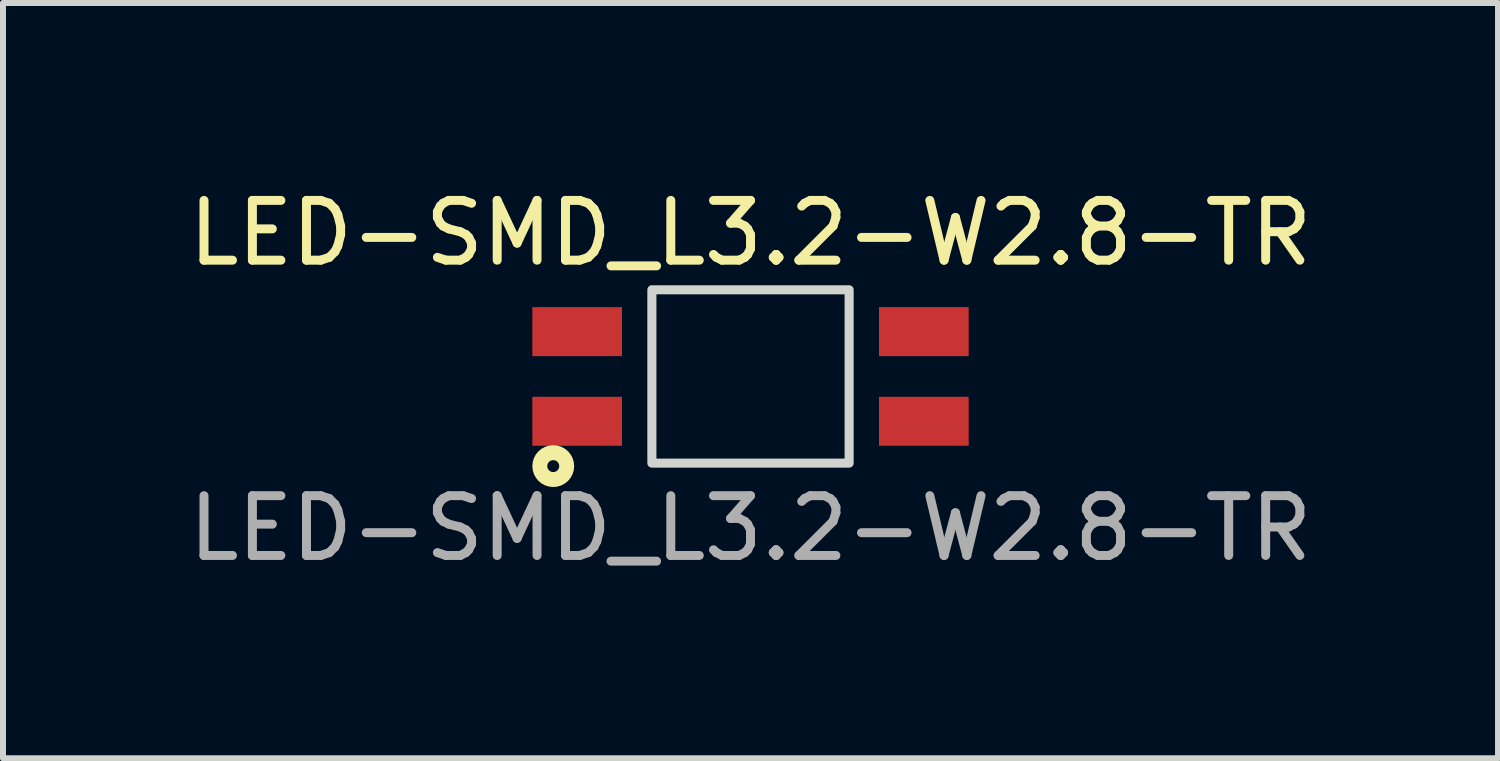
<source format=kicad_pcb>
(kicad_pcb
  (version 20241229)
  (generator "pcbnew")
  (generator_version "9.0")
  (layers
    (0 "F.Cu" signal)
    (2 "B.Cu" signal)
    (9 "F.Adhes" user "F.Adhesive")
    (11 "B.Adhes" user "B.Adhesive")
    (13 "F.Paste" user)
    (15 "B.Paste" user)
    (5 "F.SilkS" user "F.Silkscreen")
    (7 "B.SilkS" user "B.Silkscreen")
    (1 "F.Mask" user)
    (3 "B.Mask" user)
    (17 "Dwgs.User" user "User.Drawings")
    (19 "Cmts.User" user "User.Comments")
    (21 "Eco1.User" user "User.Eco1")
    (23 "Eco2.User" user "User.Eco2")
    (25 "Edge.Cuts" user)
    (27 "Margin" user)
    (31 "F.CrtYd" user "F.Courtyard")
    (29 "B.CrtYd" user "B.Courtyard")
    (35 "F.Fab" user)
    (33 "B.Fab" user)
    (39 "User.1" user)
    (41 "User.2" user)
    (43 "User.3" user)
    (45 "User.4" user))
  (footprint "LED-SMD_L3.2-W2.8-TR"
    (layer "F.Cu")
    (at 9.506 3.248)
    (property "Reference" "LED-SMD_L3.2-W2.8-TR" (at 0 -2.4 0) (layer "F.SilkS") (effects (font (size 1 1) (thickness 0.15))))
    (attr smd)
    (fp_circle (center -3.3 1.5) (end -3.4 1.5) (stroke (width 0.25) (type solid)) (fill no) (layer "F.SilkS"))
    (fp_rect (start -1.65 -1.45) (end 1.65 1.45) (stroke (width 0.152) (type solid)) (fill no) (layer "Edge.Cuts"))
    (fp_text user "${REFERENCE}" (at 0 2.54 0) (layer "F.Fab") (effects (font (size 1 1) (thickness 0.15))))
    (pad "1" smd rect (at -2.9 0.75 270) (size 0.82 1.5) (layers "F.Cu" "F.Mask" "F.Paste"))
    (pad "2" smd rect (at -2.9 -0.75 270) (size 0.82 1.5) (layers "F.Cu" "F.Mask" "F.Paste"))
    (pad "3" smd rect (at 2.9 -0.75 270) (size 0.82 1.5) (layers "F.Cu" "F.Mask" "F.Paste"))
    (pad "4" smd rect (at 2.9 0.75 270) (size 0.82 1.5) (layers "F.Cu" "F.Mask" "F.Paste")))
  (gr_rect
    (start -3 -3)
    (end 22.012 9.636)
    (stroke (width 0.1) (type default))
    (fill no)
    (layer "Edge.Cuts")))
</source>
